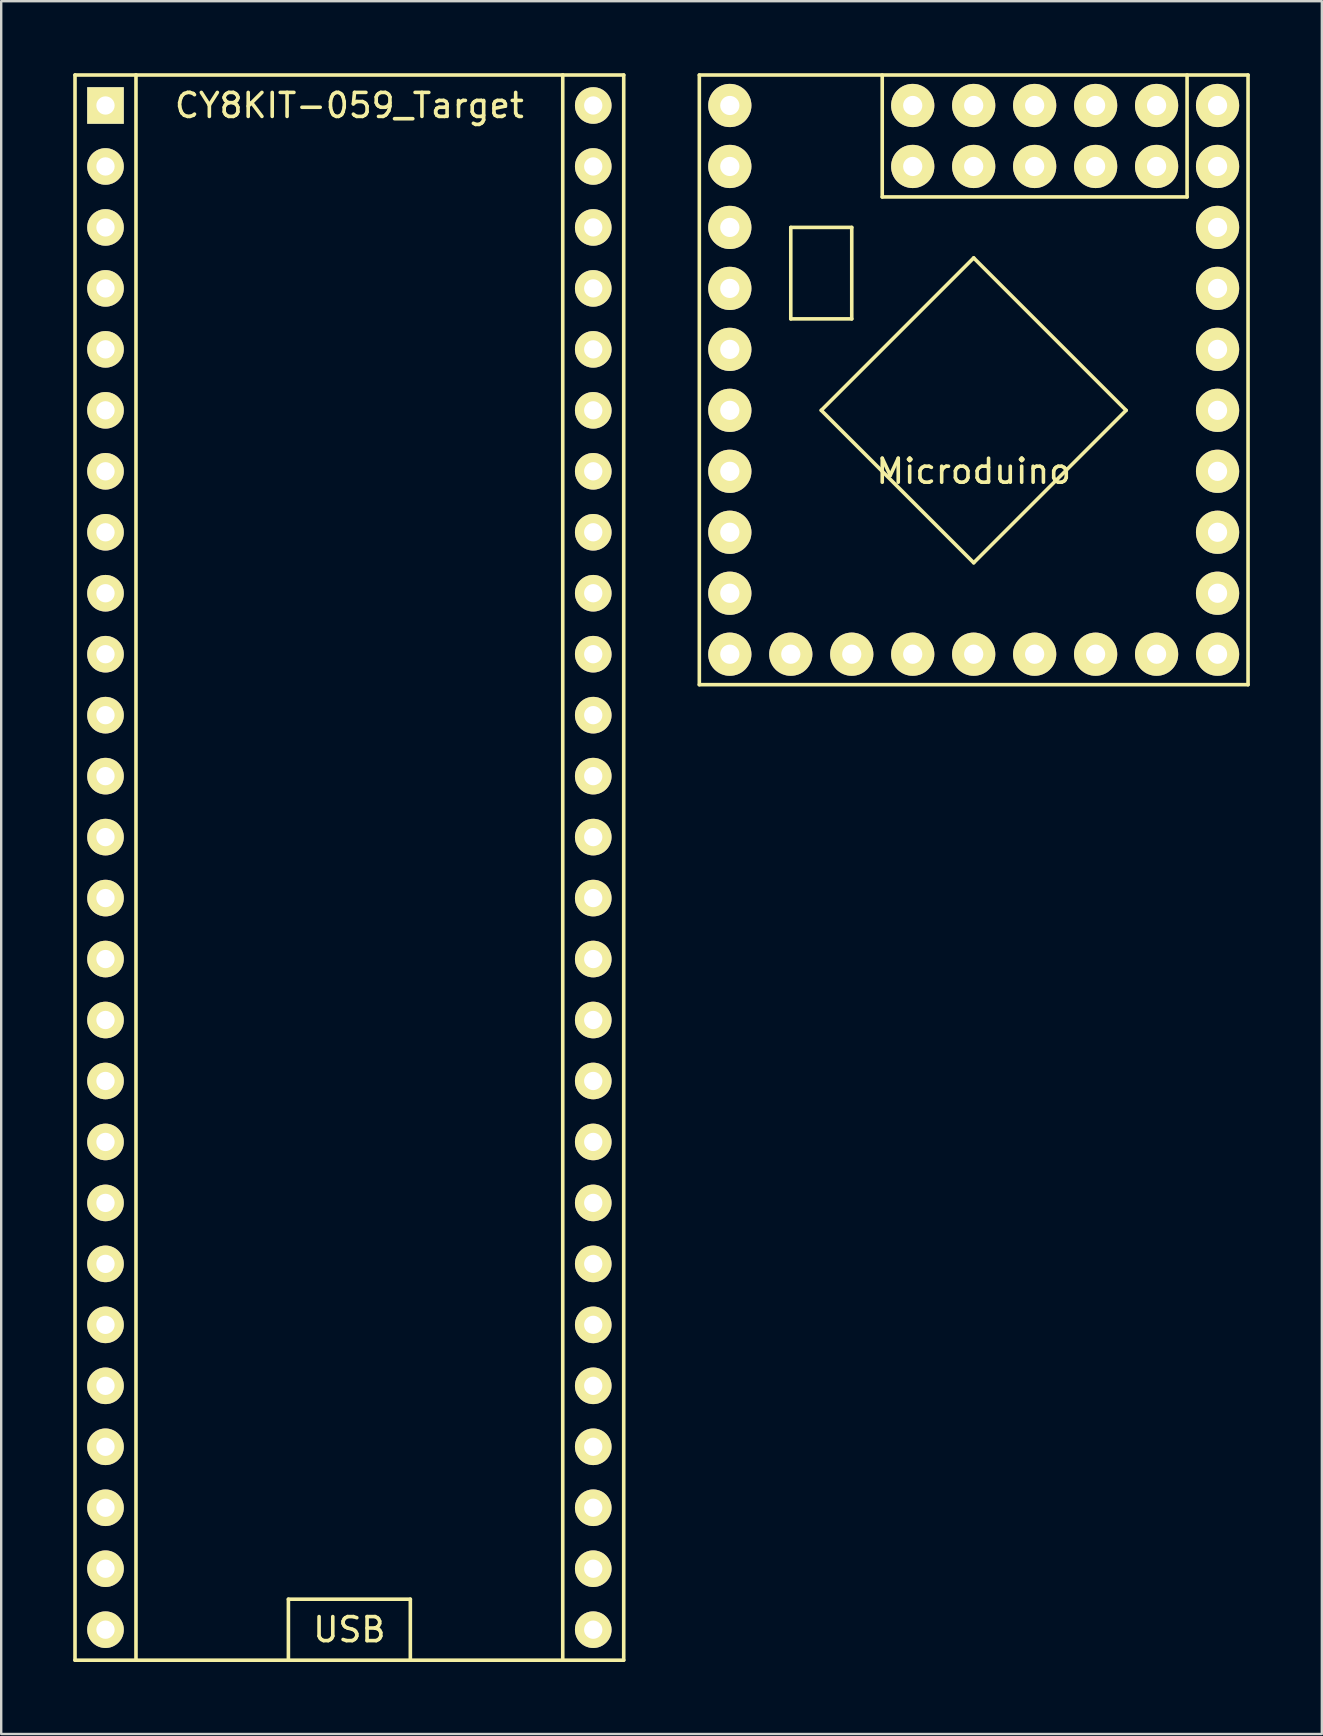
<source format=kicad_pcb>
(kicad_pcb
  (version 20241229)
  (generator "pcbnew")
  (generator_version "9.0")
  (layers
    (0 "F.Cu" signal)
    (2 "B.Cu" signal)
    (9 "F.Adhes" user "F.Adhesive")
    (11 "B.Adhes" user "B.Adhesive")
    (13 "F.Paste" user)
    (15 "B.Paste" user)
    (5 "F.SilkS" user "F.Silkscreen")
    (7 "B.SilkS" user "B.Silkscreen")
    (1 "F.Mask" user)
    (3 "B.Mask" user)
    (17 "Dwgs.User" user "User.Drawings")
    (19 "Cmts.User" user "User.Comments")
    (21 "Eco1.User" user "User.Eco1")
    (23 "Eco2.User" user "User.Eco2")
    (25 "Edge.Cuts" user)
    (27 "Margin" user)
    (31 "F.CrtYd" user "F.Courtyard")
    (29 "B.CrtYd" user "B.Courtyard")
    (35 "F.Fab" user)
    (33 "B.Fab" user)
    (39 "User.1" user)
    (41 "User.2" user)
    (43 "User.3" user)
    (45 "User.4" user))
  (footprint "Microduino"
    (layer "F.Cu")
    (at 27.355 1.345)
    (property "Reference" "Microduino" (at 10.16 15.24 0) (layer "F.SilkS") (effects (font (size 1 1) (thickness 0.15))))
    (attr through_hole)
    (fp_line (start -1.27 -1.27) (end -1.27 24.13) (stroke (width 0.15) (type solid)) (layer "F.SilkS"))
    (fp_line (start -1.27 24.13) (end 21.59 24.13) (stroke (width 0.15) (type solid)) (layer "F.SilkS"))
    (fp_line (start 2.54 5.08) (end 2.54 8.89) (stroke (width 0.15) (type solid)) (layer "F.SilkS"))
    (fp_line (start 2.54 8.89) (end 5.08 8.89) (stroke (width 0.15) (type solid)) (layer "F.SilkS"))
    (fp_line (start 3.81 12.7) (end 10.16 19.05) (stroke (width 0.15) (type solid)) (layer "F.SilkS"))
    (fp_line (start 5.08 5.08) (end 2.54 5.08) (stroke (width 0.15) (type solid)) (layer "F.SilkS"))
    (fp_line (start 5.08 8.89) (end 5.08 5.08) (stroke (width 0.15) (type solid)) (layer "F.SilkS"))
    (fp_line (start 6.35 -1.27) (end 6.35 3.81) (stroke (width 0.15) (type solid)) (layer "F.SilkS"))
    (fp_line (start 6.35 3.81) (end 19.05 3.81) (stroke (width 0.15) (type solid)) (layer "F.SilkS"))
    (fp_line (start 10.16 6.35) (end 3.81 12.7) (stroke (width 0.15) (type solid)) (layer "F.SilkS"))
    (fp_line (start 10.16 19.05) (end 16.51 12.7) (stroke (width 0.15) (type solid)) (layer "F.SilkS"))
    (fp_line (start 16.51 12.7) (end 10.16 6.35) (stroke (width 0.15) (type solid)) (layer "F.SilkS"))
    (fp_line (start 19.05 3.81) (end 19.05 -1.27) (stroke (width 0.15) (type solid)) (layer "F.SilkS"))
    (fp_line (start 21.59 -1.27) (end -1.27 -1.27) (stroke (width 0.15) (type solid)) (layer "F.SilkS"))
    (fp_line (start 21.59 24.13) (end 21.59 -1.27) (stroke (width 0.15) (type solid)) (layer "F.SilkS"))
    (pad "1" thru_hole circle (at 0 0) (size 1.8 1.8) (drill 0.8) (layers "*.Cu" "*.Mask" "F.SilkS"))
    (pad "2" thru_hole circle (at 0 2.54) (size 1.8 1.8) (drill 0.8) (layers "*.Cu" "*.Mask" "F.SilkS"))
    (pad "3" thru_hole circle (at 0 5.08) (size 1.8 1.8) (drill 0.8) (layers "*.Cu" "*.Mask" "F.SilkS"))
    (pad "4" thru_hole circle (at 0 7.62) (size 1.8 1.8) (drill 0.8) (layers "*.Cu" "*.Mask" "F.SilkS"))
    (pad "5" thru_hole circle (at 0 10.16) (size 1.8 1.8) (drill 0.8) (layers "*.Cu" "*.Mask" "F.SilkS"))
    (pad "6" thru_hole circle (at 0 12.7) (size 1.8 1.8) (drill 0.8) (layers "*.Cu" "*.Mask" "F.SilkS"))
    (pad "7" thru_hole circle (at 0 15.24) (size 1.8 1.8) (drill 0.8) (layers "*.Cu" "*.Mask" "F.SilkS"))
    (pad "8" thru_hole circle (at 0 17.78) (size 1.8 1.8) (drill 0.8) (layers "*.Cu" "*.Mask" "F.SilkS"))
    (pad "9" thru_hole circle (at 0 20.32) (size 1.8 1.8) (drill 0.8) (layers "*.Cu" "*.Mask" "F.SilkS"))
    (pad "10" thru_hole circle (at 0 22.86) (size 1.8 1.8) (drill 0.8) (layers "*.Cu" "*.Mask" "F.SilkS"))
    (pad "11" thru_hole circle (at 2.54 22.86) (size 1.8 1.8) (drill 0.8) (layers "*.Cu" "*.Mask" "F.SilkS"))
    (pad "12" thru_hole circle (at 5.08 22.86) (size 1.8 1.8) (drill 0.8) (layers "*.Cu" "*.Mask" "F.SilkS"))
    (pad "13" thru_hole circle (at 7.62 22.86) (size 1.8 1.8) (drill 0.8) (layers "*.Cu" "*.Mask" "F.SilkS"))
    (pad "14" thru_hole circle (at 10.16 22.86) (size 1.8 1.8) (drill 0.8) (layers "*.Cu" "*.Mask" "F.SilkS"))
    (pad "15" thru_hole circle (at 12.7 22.86) (size 1.8 1.8) (drill 0.8) (layers "*.Cu" "*.Mask" "F.SilkS"))
    (pad "16" thru_hole circle (at 15.24 22.86) (size 1.8 1.8) (drill 0.8) (layers "*.Cu" "*.Mask" "F.SilkS"))
    (pad "17" thru_hole circle (at 17.78 22.86) (size 1.8 1.8) (drill 0.8) (layers "*.Cu" "*.Mask" "F.SilkS"))
    (pad "18" thru_hole circle (at 20.32 22.86) (size 1.8 1.8) (drill 0.8) (layers "*.Cu" "*.Mask" "F.SilkS"))
    (pad "19" thru_hole circle (at 20.32 20.32) (size 1.8 1.8) (drill 0.8) (layers "*.Cu" "*.Mask" "F.SilkS"))
    (pad "20" thru_hole circle (at 20.32 17.78) (size 1.8 1.8) (drill 0.8) (layers "*.Cu" "*.Mask" "F.SilkS"))
    (pad "21" thru_hole circle (at 20.32 15.24) (size 1.8 1.8) (drill 0.8) (layers "*.Cu" "*.Mask" "F.SilkS"))
    (pad "22" thru_hole circle (at 20.32 12.7) (size 1.8 1.8) (drill 0.8) (layers "*.Cu" "*.Mask" "F.SilkS"))
    (pad "23" thru_hole circle (at 20.32 10.16) (size 1.8 1.8) (drill 0.8) (layers "*.Cu" "*.Mask" "F.SilkS"))
    (pad "24" thru_hole circle (at 20.32 7.62) (size 1.8 1.8) (drill 0.8) (layers "*.Cu" "*.Mask" "F.SilkS"))
    (pad "25" thru_hole circle (at 20.32 5.08) (size 1.8 1.8) (drill 0.8) (layers "*.Cu" "*.Mask" "F.SilkS"))
    (pad "26" thru_hole circle (at 20.32 2.54) (size 1.8 1.8) (drill 0.8) (layers "*.Cu" "*.Mask" "F.SilkS"))
    (pad "27" thru_hole circle (at 20.32 0) (size 1.8 1.8) (drill 0.8) (layers "*.Cu" "*.Mask" "F.SilkS"))
    (pad "28" thru_hole circle (at 7.62 2.54) (size 1.8 1.8) (drill 0.8) (layers "*.Cu" "*.Mask" "F.SilkS"))
    (pad "29" thru_hole circle (at 7.62 0) (size 1.8 1.8) (drill 0.8) (layers "*.Cu" "*.Mask" "F.SilkS"))
    (pad "30" thru_hole circle (at 10.16 2.54) (size 1.8 1.8) (drill 0.8) (layers "*.Cu" "*.Mask" "F.SilkS"))
    (pad "31" thru_hole circle (at 10.16 0) (size 1.8 1.8) (drill 0.8) (layers "*.Cu" "*.Mask" "F.SilkS"))
    (pad "32" thru_hole circle (at 12.7 2.54) (size 1.8 1.8) (drill 0.8) (layers "*.Cu" "*.Mask" "F.SilkS"))
    (pad "33" thru_hole circle (at 12.7 0) (size 1.8 1.8) (drill 0.8) (layers "*.Cu" "*.Mask" "F.SilkS"))
    (pad "34" thru_hole circle (at 15.24 2.54) (size 1.8 1.8) (drill 0.8) (layers "*.Cu" "*.Mask" "F.SilkS"))
    (pad "35" thru_hole circle (at 15.24 0) (size 1.8 1.8) (drill 0.8) (layers "*.Cu" "*.Mask" "F.SilkS"))
    (pad "36" thru_hole circle (at 17.78 2.54) (size 1.8 1.8) (drill 0.8) (layers "*.Cu" "*.Mask" "F.SilkS"))
    (pad "37" thru_hole circle (at 17.78 0) (size 1.8 1.8) (drill 0.8) (layers "*.Cu" "*.Mask" "F.SilkS")))
  (footprint "CY8KIT-059_Target"
    (layer "F.Cu")
    (at 1.345 1.345)
    (property "Reference" "CY8KIT-059_Target" (at 10.16 0 0) (layer "F.SilkS") (effects (font (size 1 1) (thickness 0.15))))
    (attr through_hole)
    (fp_line (start -1.27 -1.27) (end -1.27 64.77) (stroke (width 0.15) (type solid)) (layer "F.SilkS"))
    (fp_line (start -1.27 64.77) (end 1.27 64.77) (stroke (width 0.15) (type solid)) (layer "F.SilkS"))
    (fp_line (start 1.27 -1.27) (end -1.27 -1.27) (stroke (width 0.15) (type solid)) (layer "F.SilkS"))
    (fp_line (start 1.27 -1.27) (end 19.05 -1.27) (stroke (width 0.15) (type solid)) (layer "F.SilkS"))
    (fp_line (start 1.27 64.77) (end 1.27 -1.27) (stroke (width 0.15) (type solid)) (layer "F.SilkS"))
    (fp_line (start 1.27 64.77) (end 19.05 64.77) (stroke (width 0.15) (type solid)) (layer "F.SilkS"))
    (fp_line (start 7.62 62.23) (end 7.62 64.77) (stroke (width 0.15) (type solid)) (layer "F.SilkS"))
    (fp_line (start 12.7 62.23) (end 7.62 62.23) (stroke (width 0.15) (type solid)) (layer "F.SilkS"))
    (fp_line (start 12.7 64.77) (end 12.7 62.23) (stroke (width 0.15) (type solid)) (layer "F.SilkS"))
    (fp_line (start 19.05 -1.27) (end 19.05 64.77) (stroke (width 0.15) (type solid)) (layer "F.SilkS"))
    (fp_line (start 19.05 64.77) (end 21.59 64.77) (stroke (width 0.15) (type solid)) (layer "F.SilkS"))
    (fp_line (start 21.59 -1.27) (end 19.05 -1.27) (stroke (width 0.15) (type solid)) (layer "F.SilkS"))
    (fp_line (start 21.59 64.77) (end 21.59 -1.27) (stroke (width 0.15) (type solid)) (layer "F.SilkS"))
    (fp_text user "USB" (at 10.16 63.5 0) (layer "F.SilkS") (effects (font (size 1 1) (thickness 0.15))))
    (pad "1" thru_hole rect (at 0 0) (size 1.524 1.524) (drill 0.762) (layers "*.Cu" "*.Mask" "F.SilkS"))
    (pad "2" thru_hole circle (at 0 2.54) (size 1.524 1.524) (drill 0.762) (layers "*.Cu" "*.Mask" "F.SilkS"))
    (pad "3" thru_hole circle (at 0 5.08) (size 1.524 1.524) (drill 0.762) (layers "*.Cu" "*.Mask" "F.SilkS"))
    (pad "4" thru_hole circle (at 0 7.62) (size 1.524 1.524) (drill 0.762) (layers "*.Cu" "*.Mask" "F.SilkS"))
    (pad "5" thru_hole circle (at 0 10.16) (size 1.524 1.524) (drill 0.762) (layers "*.Cu" "*.Mask" "F.SilkS"))
    (pad "6" thru_hole circle (at 0 12.7) (size 1.524 1.524) (drill 0.762) (layers "*.Cu" "*.Mask" "F.SilkS"))
    (pad "7" thru_hole circle (at 0 15.24) (size 1.524 1.524) (drill 0.762) (layers "*.Cu" "*.Mask" "F.SilkS"))
    (pad "8" thru_hole circle (at 0 17.78) (size 1.524 1.524) (drill 0.762) (layers "*.Cu" "*.Mask" "F.SilkS"))
    (pad "9" thru_hole circle (at 0 20.32) (size 1.524 1.524) (drill 0.762) (layers "*.Cu" "*.Mask" "F.SilkS"))
    (pad "10" thru_hole circle (at 0 22.86) (size 1.524 1.524) (drill 0.762) (layers "*.Cu" "*.Mask" "F.SilkS"))
    (pad "11" thru_hole circle (at 0 25.4) (size 1.524 1.524) (drill 0.762) (layers "*.Cu" "*.Mask" "F.SilkS"))
    (pad "12" thru_hole circle (at 0 27.94) (size 1.524 1.524) (drill 0.762) (layers "*.Cu" "*.Mask" "F.SilkS"))
    (pad "13" thru_hole circle (at 0 30.48) (size 1.524 1.524) (drill 0.762) (layers "*.Cu" "*.Mask" "F.SilkS"))
    (pad "14" thru_hole circle (at 0 33.02) (size 1.524 1.524) (drill 0.762) (layers "*.Cu" "*.Mask" "F.SilkS"))
    (pad "15" thru_hole circle (at 0 35.56) (size 1.524 1.524) (drill 0.762) (layers "*.Cu" "*.Mask" "F.SilkS"))
    (pad "16" thru_hole circle (at 0 38.1) (size 1.524 1.524) (drill 0.762) (layers "*.Cu" "*.Mask" "F.SilkS"))
    (pad "17" thru_hole circle (at 0 40.64) (size 1.524 1.524) (drill 0.762) (layers "*.Cu" "*.Mask" "F.SilkS"))
    (pad "18" thru_hole circle (at 0 43.18) (size 1.524 1.524) (drill 0.762) (layers "*.Cu" "*.Mask" "F.SilkS"))
    (pad "19" thru_hole circle (at 0 45.72) (size 1.524 1.524) (drill 0.762) (layers "*.Cu" "*.Mask" "F.SilkS"))
    (pad "20" thru_hole circle (at 0 48.26) (size 1.524 1.524) (drill 0.762) (layers "*.Cu" "*.Mask" "F.SilkS"))
    (pad "21" thru_hole circle (at 0 50.8) (size 1.524 1.524) (drill 0.762) (layers "*.Cu" "*.Mask" "F.SilkS"))
    (pad "22" thru_hole circle (at 0 53.34) (size 1.524 1.524) (drill 0.762) (layers "*.Cu" "*.Mask" "F.SilkS"))
    (pad "23" thru_hole circle (at 0 55.88) (size 1.524 1.524) (drill 0.762) (layers "*.Cu" "*.Mask" "F.SilkS"))
    (pad "24" thru_hole circle (at 0 58.42) (size 1.524 1.524) (drill 0.762) (layers "*.Cu" "*.Mask" "F.SilkS"))
    (pad "25" thru_hole circle (at 0 60.96) (size 1.524 1.524) (drill 0.762) (layers "*.Cu" "*.Mask" "F.SilkS"))
    (pad "26" thru_hole circle (at 0 63.5) (size 1.524 1.524) (drill 0.762) (layers "*.Cu" "*.Mask" "F.SilkS"))
    (pad "27" thru_hole circle (at 20.32 63.5) (size 1.524 1.524) (drill 0.762) (layers "*.Cu" "*.Mask" "F.SilkS"))
    (pad "28" thru_hole circle (at 20.32 60.96) (size 1.524 1.524) (drill 0.762) (layers "*.Cu" "*.Mask" "F.SilkS"))
    (pad "29" thru_hole circle (at 20.32 58.42) (size 1.524 1.524) (drill 0.762) (layers "*.Cu" "*.Mask" "F.SilkS"))
    (pad "30" thru_hole circle (at 20.32 55.88) (size 1.524 1.524) (drill 0.762) (layers "*.Cu" "*.Mask" "F.SilkS"))
    (pad "31" thru_hole circle (at 20.32 53.34) (size 1.524 1.524) (drill 0.762) (layers "*.Cu" "*.Mask" "F.SilkS"))
    (pad "32" thru_hole circle (at 20.32 50.8) (size 1.524 1.524) (drill 0.762) (layers "*.Cu" "*.Mask" "F.SilkS"))
    (pad "33" thru_hole circle (at 20.32 48.26) (size 1.524 1.524) (drill 0.762) (layers "*.Cu" "*.Mask" "F.SilkS"))
    (pad "34" thru_hole circle (at 20.32 45.72) (size 1.524 1.524) (drill 0.762) (layers "*.Cu" "*.Mask" "F.SilkS"))
    (pad "35" thru_hole circle (at 20.32 43.18) (size 1.524 1.524) (drill 0.762) (layers "*.Cu" "*.Mask" "F.SilkS"))
    (pad "36" thru_hole circle (at 20.32 40.64) (size 1.524 1.524) (drill 0.762) (layers "*.Cu" "*.Mask" "F.SilkS"))
    (pad "37" thru_hole circle (at 20.32 38.1) (size 1.524 1.524) (drill 0.762) (layers "*.Cu" "*.Mask" "F.SilkS"))
    (pad "38" thru_hole circle (at 20.32 35.56) (size 1.524 1.524) (drill 0.762) (layers "*.Cu" "*.Mask" "F.SilkS"))
    (pad "39" thru_hole circle (at 20.32 33.02) (size 1.524 1.524) (drill 0.762) (layers "*.Cu" "*.Mask" "F.SilkS"))
    (pad "40" thru_hole circle (at 20.32 30.48) (size 1.524 1.524) (drill 0.762) (layers "*.Cu" "*.Mask" "F.SilkS"))
    (pad "41" thru_hole circle (at 20.32 27.94) (size 1.524 1.524) (drill 0.762) (layers "*.Cu" "*.Mask" "F.SilkS"))
    (pad "42" thru_hole circle (at 20.32 25.4) (size 1.524 1.524) (drill 0.762) (layers "*.Cu" "*.Mask" "F.SilkS"))
    (pad "43" thru_hole circle (at 20.32 22.86) (size 1.524 1.524) (drill 0.762) (layers "*.Cu" "*.Mask" "F.SilkS"))
    (pad "44" thru_hole circle (at 20.32 20.32) (size 1.524 1.524) (drill 0.762) (layers "*.Cu" "*.Mask" "F.SilkS"))
    (pad "45" thru_hole circle (at 20.32 17.78) (size 1.524 1.524) (drill 0.762) (layers "*.Cu" "*.Mask" "F.SilkS"))
    (pad "46" thru_hole circle (at 20.32 15.24) (size 1.524 1.524) (drill 0.762) (layers "*.Cu" "*.Mask" "F.SilkS"))
    (pad "47" thru_hole circle (at 20.32 12.7) (size 1.524 1.524) (drill 0.762) (layers "*.Cu" "*.Mask" "F.SilkS"))
    (pad "48" thru_hole circle (at 20.32 10.16) (size 1.524 1.524) (drill 0.762) (layers "*.Cu" "*.Mask" "F.SilkS"))
    (pad "49" thru_hole circle (at 20.32 7.62) (size 1.524 1.524) (drill 0.762) (layers "*.Cu" "*.Mask" "F.SilkS"))
    (pad "50" thru_hole circle (at 20.32 5.08) (size 1.524 1.524) (drill 0.762) (layers "*.Cu" "*.Mask" "F.SilkS"))
    (pad "51" thru_hole circle (at 20.32 2.54) (size 1.524 1.524) (drill 0.762) (layers "*.Cu" "*.Mask" "F.SilkS"))
    (pad "52" thru_hole circle (at 20.32 0) (size 1.524 1.524) (drill 0.762) (layers "*.Cu" "*.Mask" "F.SilkS")))
  (gr_rect
    (start -3 -3)
    (end 52.02 69.19)
    (stroke (width 0.1) (type default))
    (fill no)
    (layer "Edge.Cuts")))
</source>
